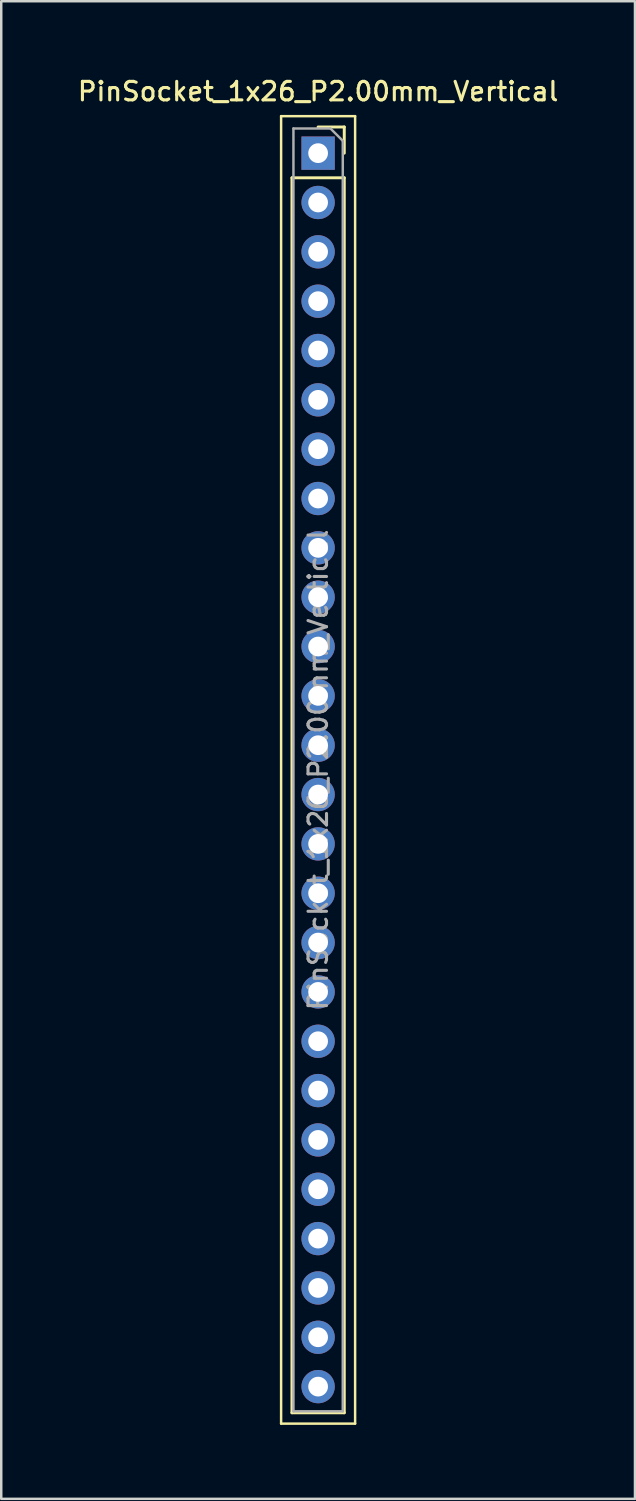
<source format=kicad_pcb>
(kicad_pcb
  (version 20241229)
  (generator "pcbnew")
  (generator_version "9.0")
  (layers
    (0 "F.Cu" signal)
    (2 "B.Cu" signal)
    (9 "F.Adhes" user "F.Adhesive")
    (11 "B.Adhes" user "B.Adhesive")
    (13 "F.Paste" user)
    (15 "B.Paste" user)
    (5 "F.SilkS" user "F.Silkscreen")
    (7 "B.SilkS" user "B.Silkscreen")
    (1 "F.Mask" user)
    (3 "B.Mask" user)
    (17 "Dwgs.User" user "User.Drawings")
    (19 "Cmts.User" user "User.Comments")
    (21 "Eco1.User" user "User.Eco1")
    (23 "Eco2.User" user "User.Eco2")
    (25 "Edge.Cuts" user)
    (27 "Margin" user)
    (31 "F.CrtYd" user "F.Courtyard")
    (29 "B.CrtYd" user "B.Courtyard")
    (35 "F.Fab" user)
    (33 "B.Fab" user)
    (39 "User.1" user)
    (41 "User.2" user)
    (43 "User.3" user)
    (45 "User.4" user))
  (footprint "PinSocket_1x26_P2.00mm_Vertical"
    (layer "F.Cu")
    (at 9.845 3.158)
    (property "Reference" "PinSocket_1x26_P2.00mm_Vertical" (at 0 -2.5 0) (layer "F.SilkS") (effects (font (size 0.75 0.75) (thickness 0.125))))
    (attr through_hole)
    (fp_line (start -1.5 -1.5) (end 1.5 -1.5) (stroke (width 0.1) (type solid)) (layer "F.SilkS"))
    (fp_line (start -1.5 51.5) (end -1.5 -1.5) (stroke (width 0.1) (type solid)) (layer "F.SilkS"))
    (fp_line (start -1.06 1) (end -1.06 51.06) (stroke (width 0.12) (type solid)) (layer "F.SilkS"))
    (fp_line (start -1.06 1) (end 1.06 1) (stroke (width 0.12) (type solid)) (layer "F.SilkS"))
    (fp_line (start -1.06 51.06) (end 1.06 51.06) (stroke (width 0.12) (type solid)) (layer "F.SilkS"))
    (fp_line (start 0 -1.06) (end 1.06 -1.06) (stroke (width 0.12) (type solid)) (layer "F.SilkS"))
    (fp_line (start 1.06 -1.06) (end 1.06 0) (stroke (width 0.12) (type solid)) (layer "F.SilkS"))
    (fp_line (start 1.06 1) (end 1.06 51.06) (stroke (width 0.12) (type solid)) (layer "F.SilkS"))
    (fp_line (start 1.5 -1.5) (end 1.5 51.5) (stroke (width 0.1) (type solid)) (layer "F.SilkS"))
    (fp_line (start 1.5 51.5) (end -1.5 51.5) (stroke (width 0.1) (type solid)) (layer "F.SilkS"))
    (fp_line (start -1 -1) (end 0.5 -1) (stroke (width 0.1) (type solid)) (layer "F.Fab"))
    (fp_line (start -1 51) (end -1 -1) (stroke (width 0.1) (type solid)) (layer "F.Fab"))
    (fp_line (start 0.5 -1) (end 1 -0.5) (stroke (width 0.1) (type solid)) (layer "F.Fab"))
    (fp_line (start 1 -0.5) (end 1 51) (stroke (width 0.1) (type solid)) (layer "F.Fab"))
    (fp_line (start 1 51) (end -1 51) (stroke (width 0.1) (type solid)) (layer "F.Fab"))
    (fp_text user "${REFERENCE}" (at 0 25 90) (layer "F.Fab") (effects (font (size 0.75 0.75) (thickness 0.125))))
    (pad "1" thru_hole rect (at 0 0) (size 1.35 1.35) (drill 0.8) (layers "*.Cu" "*.Mask"))
    (pad "2" thru_hole oval (at 0 2) (size 1.35 1.35) (drill 0.8) (layers "*.Cu" "*.Mask"))
    (pad "3" thru_hole oval (at 0 4) (size 1.35 1.35) (drill 0.8) (layers "*.Cu" "*.Mask"))
    (pad "4" thru_hole oval (at 0 6) (size 1.35 1.35) (drill 0.8) (layers "*.Cu" "*.Mask"))
    (pad "5" thru_hole oval (at 0 8) (size 1.35 1.35) (drill 0.8) (layers "*.Cu" "*.Mask"))
    (pad "6" thru_hole oval (at 0 10) (size 1.35 1.35) (drill 0.8) (layers "*.Cu" "*.Mask"))
    (pad "7" thru_hole oval (at 0 12) (size 1.35 1.35) (drill 0.8) (layers "*.Cu" "*.Mask"))
    (pad "8" thru_hole oval (at 0 14) (size 1.35 1.35) (drill 0.8) (layers "*.Cu" "*.Mask"))
    (pad "9" thru_hole oval (at 0 16) (size 1.35 1.35) (drill 0.8) (layers "*.Cu" "*.Mask"))
    (pad "10" thru_hole oval (at 0 18) (size 1.35 1.35) (drill 0.8) (layers "*.Cu" "*.Mask"))
    (pad "11" thru_hole oval (at 0 20) (size 1.35 1.35) (drill 0.8) (layers "*.Cu" "*.Mask"))
    (pad "12" thru_hole oval (at 0 22) (size 1.35 1.35) (drill 0.8) (layers "*.Cu" "*.Mask"))
    (pad "13" thru_hole oval (at 0 24) (size 1.35 1.35) (drill 0.8) (layers "*.Cu" "*.Mask"))
    (pad "14" thru_hole oval (at 0 26) (size 1.35 1.35) (drill 0.8) (layers "*.Cu" "*.Mask"))
    (pad "15" thru_hole oval (at 0 28) (size 1.35 1.35) (drill 0.8) (layers "*.Cu" "*.Mask"))
    (pad "16" thru_hole oval (at 0 30) (size 1.35 1.35) (drill 0.8) (layers "*.Cu" "*.Mask"))
    (pad "17" thru_hole oval (at 0 32) (size 1.35 1.35) (drill 0.8) (layers "*.Cu" "*.Mask"))
    (pad "18" thru_hole oval (at 0 34) (size 1.35 1.35) (drill 0.8) (layers "*.Cu" "*.Mask"))
    (pad "19" thru_hole oval (at 0 36) (size 1.35 1.35) (drill 0.8) (layers "*.Cu" "*.Mask"))
    (pad "20" thru_hole oval (at 0 38) (size 1.35 1.35) (drill 0.8) (layers "*.Cu" "*.Mask"))
    (pad "21" thru_hole oval (at 0 40) (size 1.35 1.35) (drill 0.8) (layers "*.Cu" "*.Mask"))
    (pad "22" thru_hole oval (at 0 42) (size 1.35 1.35) (drill 0.8) (layers "*.Cu" "*.Mask"))
    (pad "23" thru_hole oval (at 0 44) (size 1.35 1.35) (drill 0.8) (layers "*.Cu" "*.Mask"))
    (pad "24" thru_hole oval (at 0 46) (size 1.35 1.35) (drill 0.8) (layers "*.Cu" "*.Mask"))
    (pad "25" thru_hole oval (at 0 48) (size 1.35 1.35) (drill 0.8) (layers "*.Cu" "*.Mask"))
    (pad "26" thru_hole oval (at 0 50) (size 1.35 1.35) (drill 0.8) (layers "*.Cu" "*.Mask")))
  (gr_rect
    (start -3 -3)
    (end 22.689 57.708)
    (stroke (width 0.1) (type default))
    (fill no)
    (layer "Edge.Cuts")))
</source>
